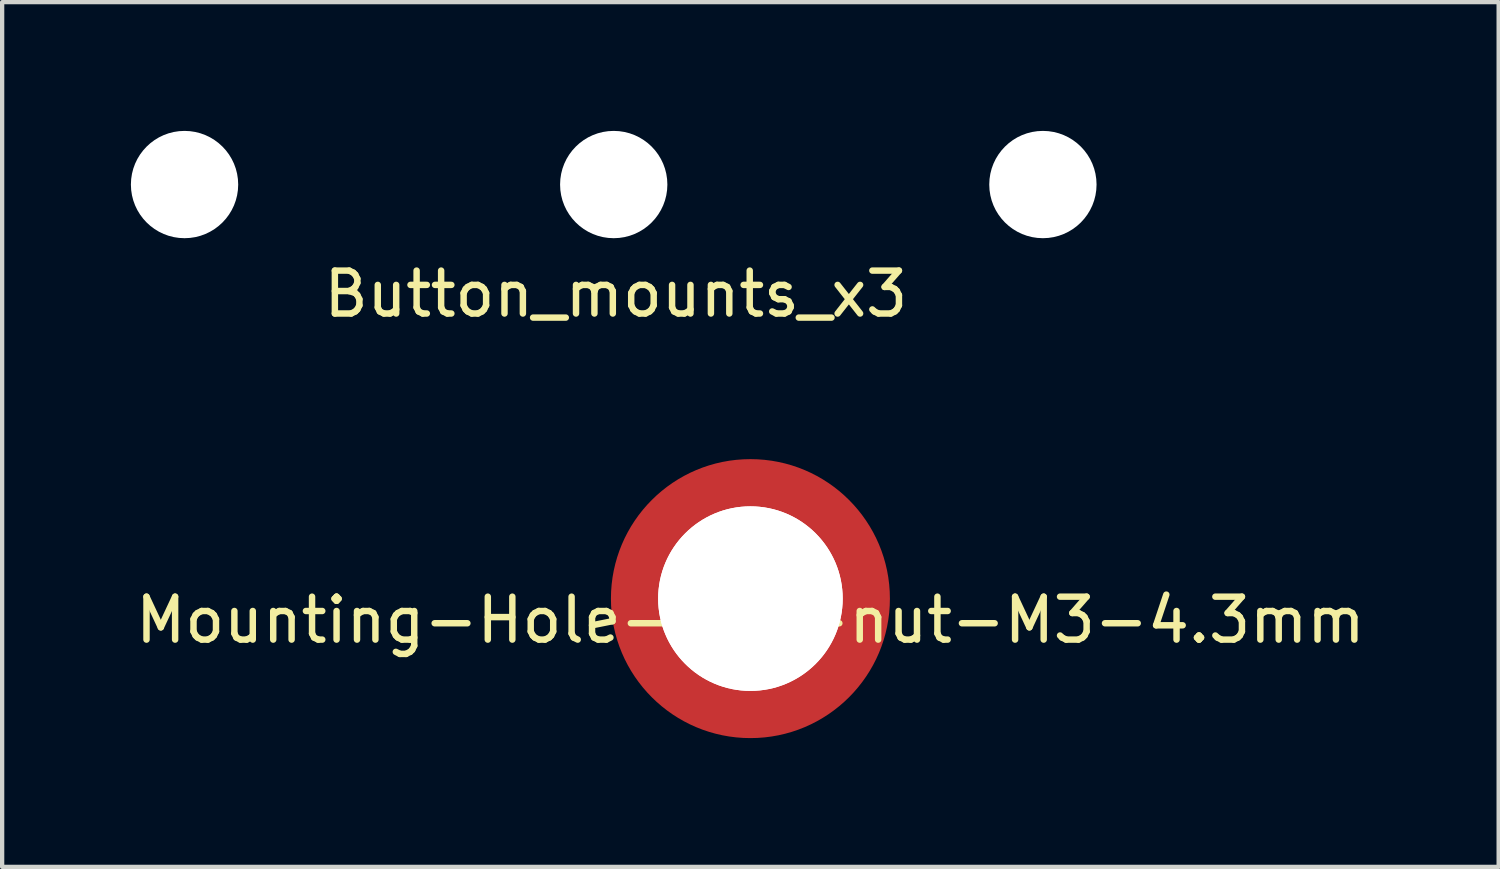
<source format=kicad_pcb>
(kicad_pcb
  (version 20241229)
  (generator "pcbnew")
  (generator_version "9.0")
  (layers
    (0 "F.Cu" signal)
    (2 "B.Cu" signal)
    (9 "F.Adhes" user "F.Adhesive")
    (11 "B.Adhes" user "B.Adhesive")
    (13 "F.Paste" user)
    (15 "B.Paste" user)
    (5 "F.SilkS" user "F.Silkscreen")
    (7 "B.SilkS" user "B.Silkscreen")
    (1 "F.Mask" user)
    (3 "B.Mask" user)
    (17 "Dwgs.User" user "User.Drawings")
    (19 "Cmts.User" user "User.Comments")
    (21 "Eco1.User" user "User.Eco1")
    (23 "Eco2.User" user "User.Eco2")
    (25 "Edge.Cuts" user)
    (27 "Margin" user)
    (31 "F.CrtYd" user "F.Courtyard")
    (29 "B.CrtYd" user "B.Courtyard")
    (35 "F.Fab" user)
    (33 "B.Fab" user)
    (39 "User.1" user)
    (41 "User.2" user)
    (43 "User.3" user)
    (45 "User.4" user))
  (footprint "Button_mounts_x3"
    (layer "F.Cu")
    (at 11.25 1.25)
    (property "Reference" "Button_mounts_x3" (at 0.05 2.55 0) (layer "F.SilkS") (effects (font (size 1 1) (thickness 0.15))))
    (attr through_hole)
    (pad "" np_thru_hole circle (at -10 0) (size 2.5 2.5) (drill 2.5) (layers "*.Cu" "*.Mask"))
    (pad "" np_thru_hole circle (at 0 0) (size 2.5 2.5) (drill 2.5) (layers "*.Cu" "*.Mask"))
    (pad "" np_thru_hole circle (at 10 0) (size 2.5 2.5) (drill 2.5) (layers "*.Cu" "*.Mask")))
  (footprint "Mounting-Hole-SMT-nut-M3-4.3mm"
    (layer "F.Cu")
    (at 14.435 10.898)
    (property "Reference" "Mounting-Hole-SMT-nut-M3-4.3mm" (at 0 0.5 0) (layer "F.SilkS") (effects (font (size 1 1) (thickness 0.15))))
    (attr through_hole)
    (pad "" np_thru_hole circle (at 0 0) (size 4.3 4.3) (drill 4.3) (layers "*.Cu" "*.Mask"))
    (pad "" np_thru_hole circle (at 0 0) (size 4.3 4.3) (drill 4.3) (layers "*.Cu" "*.Mask"))
    (pad "" smd circle (at 0 0) (size 6.5 6.5) (layers "F.Cu" "F.Mask" "F.Paste")))
  (gr_rect
    (start -3 -3)
    (end 31.869 17.148)
    (stroke (width 0.1) (type default))
    (fill no)
    (layer "Edge.Cuts")))
</source>
